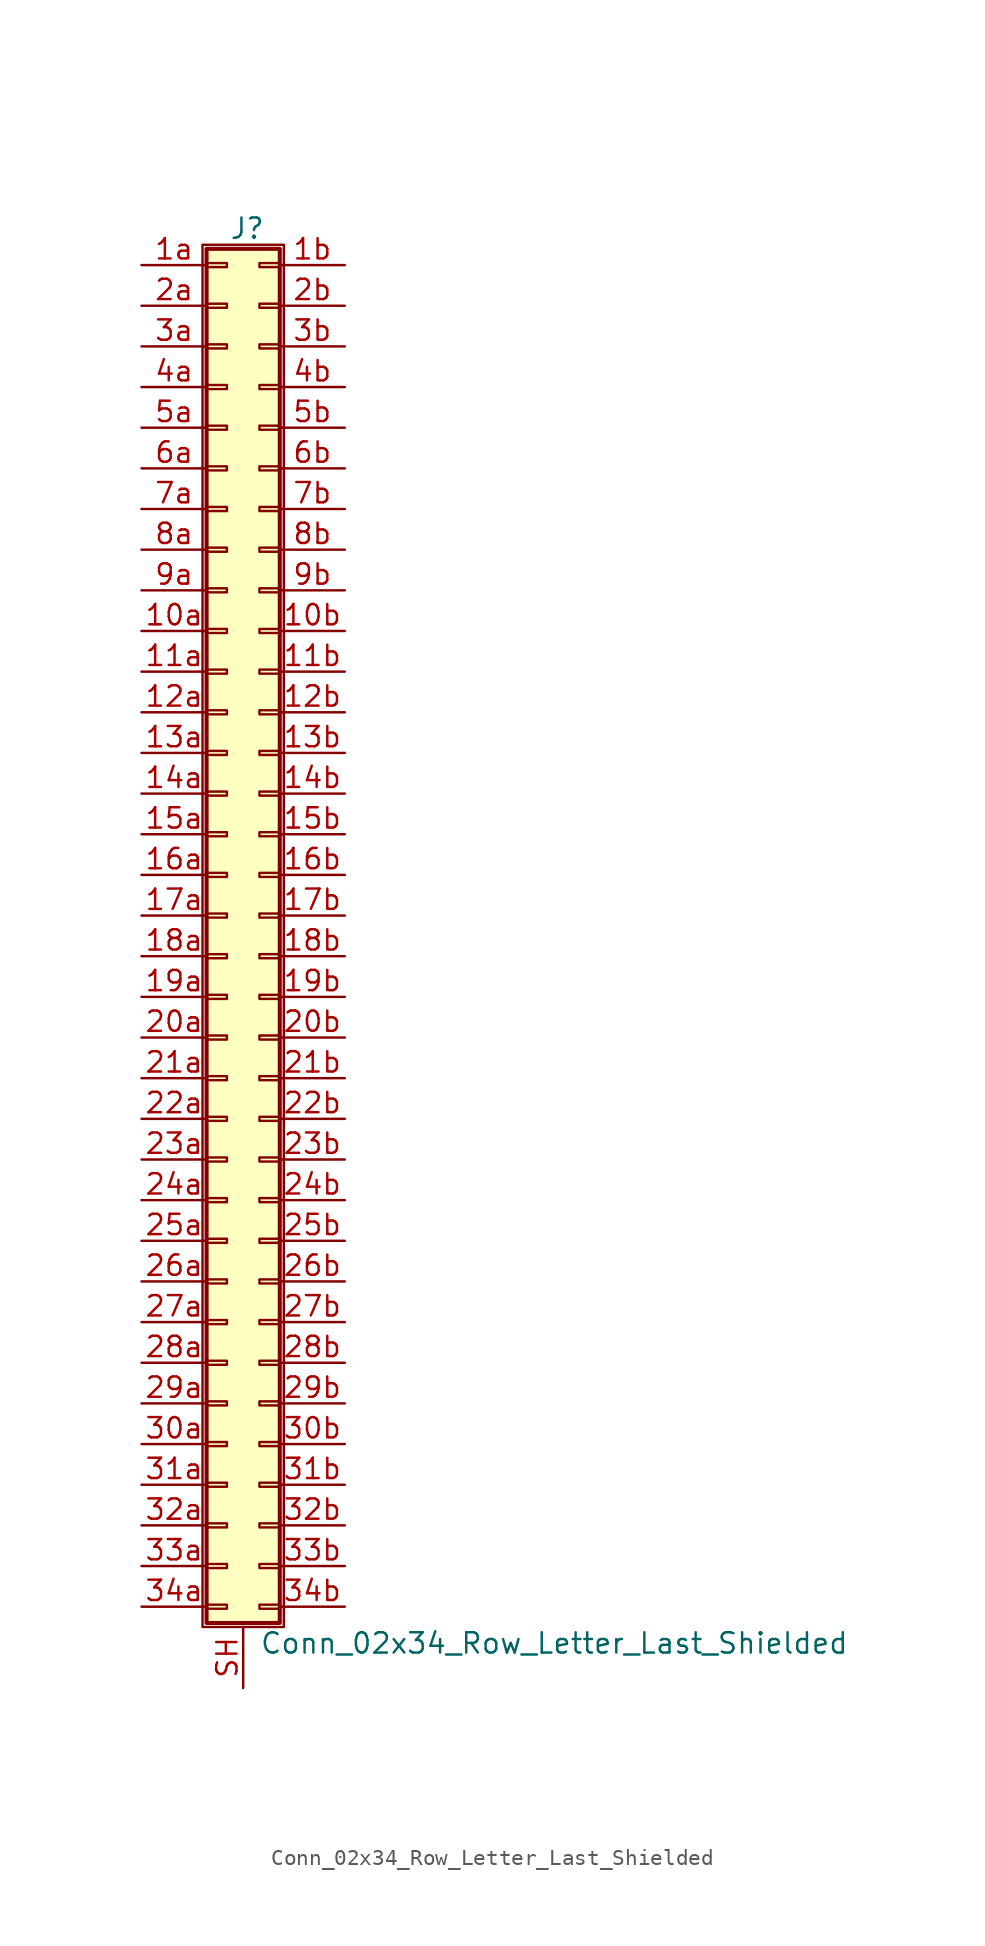
<source format=kicad_sym>
(kicad_symbol_lib
  (version 20201005)
  (generator kicad_symbol_editor)
  (symbol "Conn_02x34_Row_Letter_Last_Shielded"
    (pin_names
      (offset 1.016) hide)
    (property "Reference" "J"
      (at 1.524 42.926 0)
      (effects (font (size 1.27 1.27))))
    (property "Value" "Conn_02x34_Row_Letter_Last_Shielded"
      (at 2.286 -45.466 0)
      (effects (font (size 1.27 1.27)) (justify left)))
    (symbol "Conn_02x34_Row_Letter_Last_Shielded_1_1"
      (rectangle (start -1.27 41.91) (end 3.81 -44.45) (stroke (width 0.152)) (fill (type none)))
      (rectangle (start -1.016 -43.053) (end 0.254 -43.307) (stroke (width 0.152)) (fill (type none)))
      (rectangle (start -1.016 -40.513) (end 0.254 -40.767) (stroke (width 0.152)) (fill (type none)))
      (rectangle (start -1.016 -37.973) (end 0.254 -38.227) (stroke (width 0.152)) (fill (type none)))
      (rectangle (start -1.016 -35.433) (end 0.254 -35.687) (stroke (width 0.152)) (fill (type none)))
      (rectangle (start -1.016 -32.893) (end 0.254 -33.147) (stroke (width 0.152)) (fill (type none)))
      (rectangle (start -1.016 -30.353) (end 0.254 -30.607) (stroke (width 0.152)) (fill (type none)))
      (rectangle (start -1.016 -27.813) (end 0.254 -28.067) (stroke (width 0.152)) (fill (type none)))
      (rectangle (start -1.016 -25.273) (end 0.254 -25.527) (stroke (width 0.152)) (fill (type none)))
      (rectangle (start -1.016 -22.733) (end 0.254 -22.987) (stroke (width 0.152)) (fill (type none)))
      (rectangle (start -1.016 -20.193) (end 0.254 -20.447) (stroke (width 0.152)) (fill (type none)))
      (rectangle (start -1.016 -17.653) (end 0.254 -17.907) (stroke (width 0.152)) (fill (type none)))
      (rectangle (start -1.016 -15.113) (end 0.254 -15.367) (stroke (width 0.152)) (fill (type none)))
      (rectangle (start -1.016 -12.573) (end 0.254 -12.827) (stroke (width 0.152)) (fill (type none)))
      (rectangle (start -1.016 -10.033) (end 0.254 -10.287) (stroke (width 0.152)) (fill (type none)))
      (rectangle (start -1.016 -7.493) (end 0.254 -7.747) (stroke (width 0.152)) (fill (type none)))
      (rectangle (start -1.016 -4.953) (end 0.254 -5.207) (stroke (width 0.152)) (fill (type none)))
      (rectangle (start -1.016 -2.413) (end 0.254 -2.667) (stroke (width 0.152)) (fill (type none)))
      (rectangle (start -1.016 0.127) (end 0.254 -0.127) (stroke (width 0.152)) (fill (type none)))
      (rectangle (start -1.016 2.667) (end 0.254 2.413) (stroke (width 0.152)) (fill (type none)))
      (rectangle (start -1.016 5.207) (end 0.254 4.953) (stroke (width 0.152)) (fill (type none)))
      (rectangle (start -1.016 7.747) (end 0.254 7.493) (stroke (width 0.152)) (fill (type none)))
      (rectangle (start -1.016 10.287) (end 0.254 10.033) (stroke (width 0.152)) (fill (type none)))
      (rectangle (start -1.016 12.827) (end 0.254 12.573) (stroke (width 0.152)) (fill (type none)))
      (rectangle (start -1.016 15.367) (end 0.254 15.113) (stroke (width 0.152)) (fill (type none)))
      (rectangle (start -1.016 17.907) (end 0.254 17.653) (stroke (width 0.152)) (fill (type none)))
      (rectangle (start -1.016 20.447) (end 0.254 20.193) (stroke (width 0.152)) (fill (type none)))
      (rectangle (start -1.016 22.987) (end 0.254 22.733) (stroke (width 0.152)) (fill (type none)))
      (rectangle (start -1.016 25.527) (end 0.254 25.273) (stroke (width 0.152)) (fill (type none)))
      (rectangle (start -1.016 28.067) (end 0.254 27.813) (stroke (width 0.152)) (fill (type none)))
      (rectangle (start -1.016 30.607) (end 0.254 30.353) (stroke (width 0.152)) (fill (type none)))
      (rectangle (start -1.016 33.147) (end 0.254 32.893) (stroke (width 0.152)) (fill (type none)))
      (rectangle (start -1.016 35.687) (end 0.254 35.433) (stroke (width 0.152)) (fill (type none)))
      (rectangle (start -1.016 38.227) (end 0.254 37.973) (stroke (width 0.152)) (fill (type none)))
      (rectangle (start -1.016 40.767) (end 0.254 40.513) (stroke (width 0.152)) (fill (type none)))
      (rectangle (start -1.016 41.656) (end 3.556 -44.196) (stroke (width 0.254)) (fill (type background)))
      (rectangle (start 3.556 -43.053) (end 2.286 -43.307) (stroke (width 0.152)) (fill (type none)))
      (rectangle (start 3.556 -40.513) (end 2.286 -40.767) (stroke (width 0.152)) (fill (type none)))
      (rectangle (start 3.556 -37.973) (end 2.286 -38.227) (stroke (width 0.152)) (fill (type none)))
      (rectangle (start 3.556 -35.433) (end 2.286 -35.687) (stroke (width 0.152)) (fill (type none)))
      (rectangle (start 3.556 -32.893) (end 2.286 -33.147) (stroke (width 0.152)) (fill (type none)))
      (rectangle (start 3.556 -30.353) (end 2.286 -30.607) (stroke (width 0.152)) (fill (type none)))
      (rectangle (start 3.556 -27.813) (end 2.286 -28.067) (stroke (width 0.152)) (fill (type none)))
      (rectangle (start 3.556 -25.273) (end 2.286 -25.527) (stroke (width 0.152)) (fill (type none)))
      (rectangle (start 3.556 -22.733) (end 2.286 -22.987) (stroke (width 0.152)) (fill (type none)))
      (rectangle (start 3.556 -20.193) (end 2.286 -20.447) (stroke (width 0.152)) (fill (type none)))
      (rectangle (start 3.556 -17.653) (end 2.286 -17.907) (stroke (width 0.152)) (fill (type none)))
      (rectangle (start 3.556 -15.113) (end 2.286 -15.367) (stroke (width 0.152)) (fill (type none)))
      (rectangle (start 3.556 -12.573) (end 2.286 -12.827) (stroke (width 0.152)) (fill (type none)))
      (rectangle (start 3.556 -10.033) (end 2.286 -10.287) (stroke (width 0.152)) (fill (type none)))
      (rectangle (start 3.556 -7.493) (end 2.286 -7.747) (stroke (width 0.152)) (fill (type none)))
      (rectangle (start 3.556 -4.953) (end 2.286 -5.207) (stroke (width 0.152)) (fill (type none)))
      (rectangle (start 3.556 -2.413) (end 2.286 -2.667) (stroke (width 0.152)) (fill (type none)))
      (rectangle (start 3.556 0.127) (end 2.286 -0.127) (stroke (width 0.152)) (fill (type none)))
      (rectangle (start 3.556 2.667) (end 2.286 2.413) (stroke (width 0.152)) (fill (type none)))
      (rectangle (start 3.556 5.207) (end 2.286 4.953) (stroke (width 0.152)) (fill (type none)))
      (rectangle (start 3.556 7.747) (end 2.286 7.493) (stroke (width 0.152)) (fill (type none)))
      (rectangle (start 3.556 10.287) (end 2.286 10.033) (stroke (width 0.152)) (fill (type none)))
      (rectangle (start 3.556 12.827) (end 2.286 12.573) (stroke (width 0.152)) (fill (type none)))
      (rectangle (start 3.556 15.367) (end 2.286 15.113) (stroke (width 0.152)) (fill (type none)))
      (rectangle (start 3.556 17.907) (end 2.286 17.653) (stroke (width 0.152)) (fill (type none)))
      (rectangle (start 3.556 20.447) (end 2.286 20.193) (stroke (width 0.152)) (fill (type none)))
      (rectangle (start 3.556 22.987) (end 2.286 22.733) (stroke (width 0.152)) (fill (type none)))
      (rectangle (start 3.556 25.527) (end 2.286 25.273) (stroke (width 0.152)) (fill (type none)))
      (rectangle (start 3.556 28.067) (end 2.286 27.813) (stroke (width 0.152)) (fill (type none)))
      (rectangle (start 3.556 30.607) (end 2.286 30.353) (stroke (width 0.152)) (fill (type none)))
      (rectangle (start 3.556 33.147) (end 2.286 32.893) (stroke (width 0.152)) (fill (type none)))
      (rectangle (start 3.556 35.687) (end 2.286 35.433) (stroke (width 0.152)) (fill (type none)))
      (rectangle (start 3.556 38.227) (end 2.286 37.973) (stroke (width 0.152)) (fill (type none)))
      (rectangle (start 3.556 40.767) (end 2.286 40.513) (stroke (width 0.152)) (fill (type none)))
      (pin passive line (at -5.08 17.78 0) (length 4.064) (name "Pin_10a" (effects (font (size 1.27 1.27)))) (number "10a" (effects (font (size 1.27 1.27)))))
      (pin passive line (at 7.62 17.78 180) (length 4.064) (name "Pin_10b" (effects (font (size 1.27 1.27)))) (number "10b" (effects (font (size 1.27 1.27)))))
      (pin passive line (at -5.08 15.24 0) (length 4.064) (name "Pin_11a" (effects (font (size 1.27 1.27)))) (number "11a" (effects (font (size 1.27 1.27)))))
      (pin passive line (at 7.62 15.24 180) (length 4.064) (name "Pin_11b" (effects (font (size 1.27 1.27)))) (number "11b" (effects (font (size 1.27 1.27)))))
      (pin passive line (at -5.08 12.7 0) (length 4.064) (name "Pin_12a" (effects (font (size 1.27 1.27)))) (number "12a" (effects (font (size 1.27 1.27)))))
      (pin passive line (at 7.62 12.7 180) (length 4.064) (name "Pin_12b" (effects (font (size 1.27 1.27)))) (number "12b" (effects (font (size 1.27 1.27)))))
      (pin passive line (at -5.08 10.16 0) (length 4.064) (name "Pin_13a" (effects (font (size 1.27 1.27)))) (number "13a" (effects (font (size 1.27 1.27)))))
      (pin passive line (at 7.62 10.16 180) (length 4.064) (name "Pin_13b" (effects (font (size 1.27 1.27)))) (number "13b" (effects (font (size 1.27 1.27)))))
      (pin passive line (at -5.08 7.62 0) (length 4.064) (name "Pin_14a" (effects (font (size 1.27 1.27)))) (number "14a" (effects (font (size 1.27 1.27)))))
      (pin passive line (at 7.62 7.62 180) (length 4.064) (name "Pin_14b" (effects (font (size 1.27 1.27)))) (number "14b" (effects (font (size 1.27 1.27)))))
      (pin passive line (at -5.08 5.08 0) (length 4.064) (name "Pin_15a" (effects (font (size 1.27 1.27)))) (number "15a" (effects (font (size 1.27 1.27)))))
      (pin passive line (at 7.62 5.08 180) (length 4.064) (name "Pin_15b" (effects (font (size 1.27 1.27)))) (number "15b" (effects (font (size 1.27 1.27)))))
      (pin passive line (at -5.08 2.54 0) (length 4.064) (name "Pin_16a" (effects (font (size 1.27 1.27)))) (number "16a" (effects (font (size 1.27 1.27)))))
      (pin passive line (at 7.62 2.54 180) (length 4.064) (name "Pin_16b" (effects (font (size 1.27 1.27)))) (number "16b" (effects (font (size 1.27 1.27)))))
      (pin passive line (at -5.08 0 0) (length 4.064) (name "Pin_17a" (effects (font (size 1.27 1.27)))) (number "17a" (effects (font (size 1.27 1.27)))))
      (pin passive line (at 7.62 0 180) (length 4.064) (name "Pin_17b" (effects (font (size 1.27 1.27)))) (number "17b" (effects (font (size 1.27 1.27)))))
      (pin passive line (at -5.08 -2.54 0) (length 4.064) (name "Pin_18a" (effects (font (size 1.27 1.27)))) (number "18a" (effects (font (size 1.27 1.27)))))
      (pin passive line (at 7.62 -2.54 180) (length 4.064) (name "Pin_18b" (effects (font (size 1.27 1.27)))) (number "18b" (effects (font (size 1.27 1.27)))))
      (pin passive line (at -5.08 -5.08 0) (length 4.064) (name "Pin_19a" (effects (font (size 1.27 1.27)))) (number "19a" (effects (font (size 1.27 1.27)))))
      (pin passive line (at 7.62 -5.08 180) (length 4.064) (name "Pin_19b" (effects (font (size 1.27 1.27)))) (number "19b" (effects (font (size 1.27 1.27)))))
      (pin passive line (at -5.08 40.64 0) (length 4.064) (name "Pin_1a" (effects (font (size 1.27 1.27)))) (number "1a" (effects (font (size 1.27 1.27)))))
      (pin passive line (at 7.62 40.64 180) (length 4.064) (name "Pin_1b" (effects (font (size 1.27 1.27)))) (number "1b" (effects (font (size 1.27 1.27)))))
      (pin passive line (at -5.08 -7.62 0) (length 4.064) (name "Pin_20a" (effects (font (size 1.27 1.27)))) (number "20a" (effects (font (size 1.27 1.27)))))
      (pin passive line (at 7.62 -7.62 180) (length 4.064) (name "Pin_20b" (effects (font (size 1.27 1.27)))) (number "20b" (effects (font (size 1.27 1.27)))))
      (pin passive line (at -5.08 -10.16 0) (length 4.064) (name "Pin_21a" (effects (font (size 1.27 1.27)))) (number "21a" (effects (font (size 1.27 1.27)))))
      (pin passive line (at 7.62 -10.16 180) (length 4.064) (name "Pin_21b" (effects (font (size 1.27 1.27)))) (number "21b" (effects (font (size 1.27 1.27)))))
      (pin passive line (at -5.08 -12.7 0) (length 4.064) (name "Pin_22a" (effects (font (size 1.27 1.27)))) (number "22a" (effects (font (size 1.27 1.27)))))
      (pin passive line (at 7.62 -12.7 180) (length 4.064) (name "Pin_22b" (effects (font (size 1.27 1.27)))) (number "22b" (effects (font (size 1.27 1.27)))))
      (pin passive line (at -5.08 -15.24 0) (length 4.064) (name "Pin_23a" (effects (font (size 1.27 1.27)))) (number "23a" (effects (font (size 1.27 1.27)))))
      (pin passive line (at 7.62 -15.24 180) (length 4.064) (name "Pin_23b" (effects (font (size 1.27 1.27)))) (number "23b" (effects (font (size 1.27 1.27)))))
      (pin passive line (at -5.08 -17.78 0) (length 4.064) (name "Pin_24a" (effects (font (size 1.27 1.27)))) (number "24a" (effects (font (size 1.27 1.27)))))
      (pin passive line (at 7.62 -17.78 180) (length 4.064) (name "Pin_24b" (effects (font (size 1.27 1.27)))) (number "24b" (effects (font (size 1.27 1.27)))))
      (pin passive line (at -5.08 -20.32 0) (length 4.064) (name "Pin_25a" (effects (font (size 1.27 1.27)))) (number "25a" (effects (font (size 1.27 1.27)))))
      (pin passive line (at 7.62 -20.32 180) (length 4.064) (name "Pin_25b" (effects (font (size 1.27 1.27)))) (number "25b" (effects (font (size 1.27 1.27)))))
      (pin passive line (at -5.08 -22.86 0) (length 4.064) (name "Pin_26a" (effects (font (size 1.27 1.27)))) (number "26a" (effects (font (size 1.27 1.27)))))
      (pin passive line (at 7.62 -22.86 180) (length 4.064) (name "Pin_26b" (effects (font (size 1.27 1.27)))) (number "26b" (effects (font (size 1.27 1.27)))))
      (pin passive line (at -5.08 -25.4 0) (length 4.064) (name "Pin_27a" (effects (font (size 1.27 1.27)))) (number "27a" (effects (font (size 1.27 1.27)))))
      (pin passive line (at 7.62 -25.4 180) (length 4.064) (name "Pin_27b" (effects (font (size 1.27 1.27)))) (number "27b" (effects (font (size 1.27 1.27)))))
      (pin passive line (at -5.08 -27.94 0) (length 4.064) (name "Pin_28a" (effects (font (size 1.27 1.27)))) (number "28a" (effects (font (size 1.27 1.27)))))
      (pin passive line (at 7.62 -27.94 180) (length 4.064) (name "Pin_28b" (effects (font (size 1.27 1.27)))) (number "28b" (effects (font (size 1.27 1.27)))))
      (pin passive line (at -5.08 -30.48 0) (length 4.064) (name "Pin_29a" (effects (font (size 1.27 1.27)))) (number "29a" (effects (font (size 1.27 1.27)))))
      (pin passive line (at 7.62 -30.48 180) (length 4.064) (name "Pin_29b" (effects (font (size 1.27 1.27)))) (number "29b" (effects (font (size 1.27 1.27)))))
      (pin passive line (at -5.08 38.1 0) (length 4.064) (name "Pin_2a" (effects (font (size 1.27 1.27)))) (number "2a" (effects (font (size 1.27 1.27)))))
      (pin passive line (at 7.62 38.1 180) (length 4.064) (name "Pin_2b" (effects (font (size 1.27 1.27)))) (number "2b" (effects (font (size 1.27 1.27)))))
      (pin passive line (at -5.08 -33.02 0) (length 4.064) (name "Pin_30a" (effects (font (size 1.27 1.27)))) (number "30a" (effects (font (size 1.27 1.27)))))
      (pin passive line (at 7.62 -33.02 180) (length 4.064) (name "Pin_30b" (effects (font (size 1.27 1.27)))) (number "30b" (effects (font (size 1.27 1.27)))))
      (pin passive line (at -5.08 -35.56 0) (length 4.064) (name "Pin_31a" (effects (font (size 1.27 1.27)))) (number "31a" (effects (font (size 1.27 1.27)))))
      (pin passive line (at 7.62 -35.56 180) (length 4.064) (name "Pin_31b" (effects (font (size 1.27 1.27)))) (number "31b" (effects (font (size 1.27 1.27)))))
      (pin passive line (at -5.08 -38.1 0) (length 4.064) (name "Pin_32a" (effects (font (size 1.27 1.27)))) (number "32a" (effects (font (size 1.27 1.27)))))
      (pin passive line (at 7.62 -38.1 180) (length 4.064) (name "Pin_32b" (effects (font (size 1.27 1.27)))) (number "32b" (effects (font (size 1.27 1.27)))))
      (pin passive line (at -5.08 -40.64 0) (length 4.064) (name "Pin_33a" (effects (font (size 1.27 1.27)))) (number "33a" (effects (font (size 1.27 1.27)))))
      (pin passive line (at 7.62 -40.64 180) (length 4.064) (name "Pin_33b" (effects (font (size 1.27 1.27)))) (number "33b" (effects (font (size 1.27 1.27)))))
      (pin passive line (at -5.08 -43.18 0) (length 4.064) (name "Pin_34a" (effects (font (size 1.27 1.27)))) (number "34a" (effects (font (size 1.27 1.27)))))
      (pin passive line (at 7.62 -43.18 180) (length 4.064) (name "Pin_34b" (effects (font (size 1.27 1.27)))) (number "34b" (effects (font (size 1.27 1.27)))))
      (pin passive line (at -5.08 35.56 0) (length 4.064) (name "Pin_3a" (effects (font (size 1.27 1.27)))) (number "3a" (effects (font (size 1.27 1.27)))))
      (pin passive line (at 7.62 35.56 180) (length 4.064) (name "Pin_3b" (effects (font (size 1.27 1.27)))) (number "3b" (effects (font (size 1.27 1.27)))))
      (pin passive line (at -5.08 33.02 0) (length 4.064) (name "Pin_4a" (effects (font (size 1.27 1.27)))) (number "4a" (effects (font (size 1.27 1.27)))))
      (pin passive line (at 7.62 33.02 180) (length 4.064) (name "Pin_4b" (effects (font (size 1.27 1.27)))) (number "4b" (effects (font (size 1.27 1.27)))))
      (pin passive line (at -5.08 30.48 0) (length 4.064) (name "Pin_5a" (effects (font (size 1.27 1.27)))) (number "5a" (effects (font (size 1.27 1.27)))))
      (pin passive line (at 7.62 30.48 180) (length 4.064) (name "Pin_5b" (effects (font (size 1.27 1.27)))) (number "5b" (effects (font (size 1.27 1.27)))))
      (pin passive line (at -5.08 27.94 0) (length 4.064) (name "Pin_6a" (effects (font (size 1.27 1.27)))) (number "6a" (effects (font (size 1.27 1.27)))))
      (pin passive line (at 7.62 27.94 180) (length 4.064) (name "Pin_6b" (effects (font (size 1.27 1.27)))) (number "6b" (effects (font (size 1.27 1.27)))))
      (pin passive line (at -5.08 25.4 0) (length 4.064) (name "Pin_7a" (effects (font (size 1.27 1.27)))) (number "7a" (effects (font (size 1.27 1.27)))))
      (pin passive line (at 7.62 25.4 180) (length 4.064) (name "Pin_7b" (effects (font (size 1.27 1.27)))) (number "7b" (effects (font (size 1.27 1.27)))))
      (pin passive line (at -5.08 22.86 0) (length 4.064) (name "Pin_8a" (effects (font (size 1.27 1.27)))) (number "8a" (effects (font (size 1.27 1.27)))))
      (pin passive line (at 7.62 22.86 180) (length 4.064) (name "Pin_8b" (effects (font (size 1.27 1.27)))) (number "8b" (effects (font (size 1.27 1.27)))))
      (pin passive line (at -5.08 20.32 0) (length 4.064) (name "Pin_9a" (effects (font (size 1.27 1.27)))) (number "9a" (effects (font (size 1.27 1.27)))))
      (pin passive line (at 7.62 20.32 180) (length 4.064) (name "Pin_9b" (effects (font (size 1.27 1.27)))) (number "9b" (effects (font (size 1.27 1.27)))))
      (pin passive line (at 1.27 -48.26 90) (length 3.81) (name "Shield" (effects (font (size 1.27 1.27)))) (number "SH" (effects (font (size 1.27 1.27))))))))
</source>
